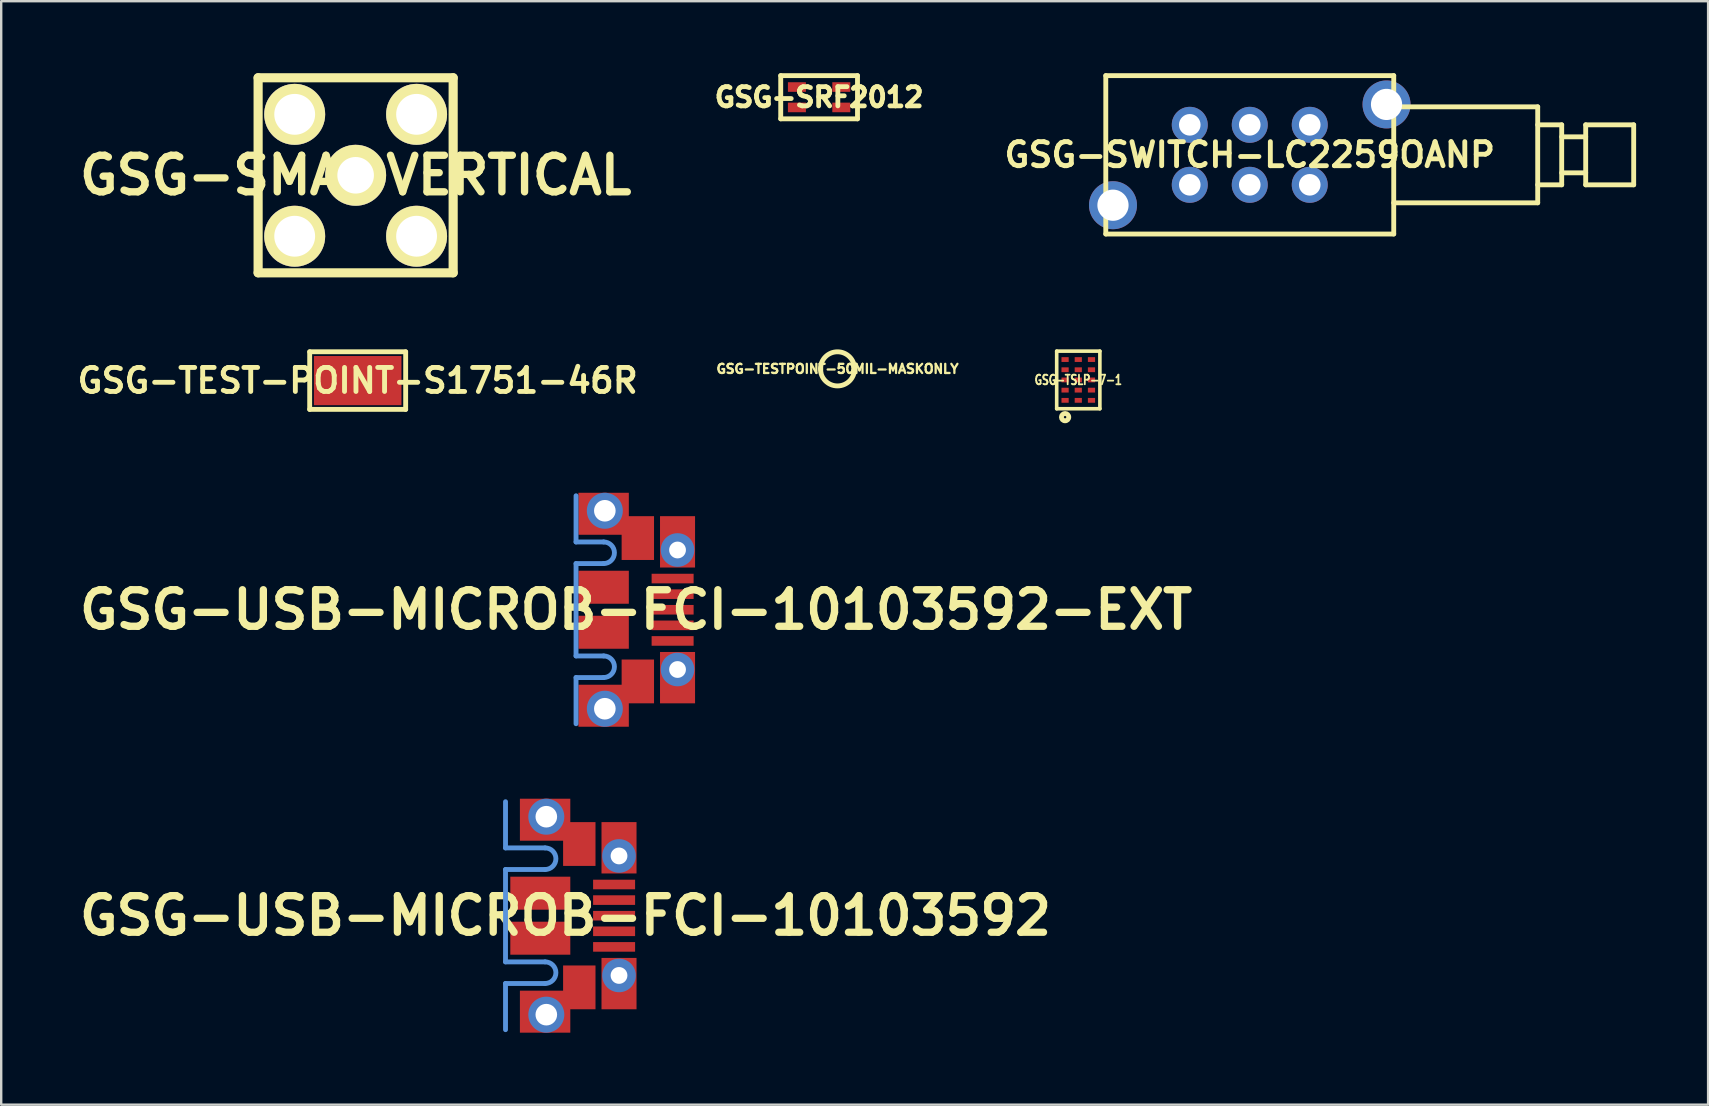
<source format=kicad_pcb>
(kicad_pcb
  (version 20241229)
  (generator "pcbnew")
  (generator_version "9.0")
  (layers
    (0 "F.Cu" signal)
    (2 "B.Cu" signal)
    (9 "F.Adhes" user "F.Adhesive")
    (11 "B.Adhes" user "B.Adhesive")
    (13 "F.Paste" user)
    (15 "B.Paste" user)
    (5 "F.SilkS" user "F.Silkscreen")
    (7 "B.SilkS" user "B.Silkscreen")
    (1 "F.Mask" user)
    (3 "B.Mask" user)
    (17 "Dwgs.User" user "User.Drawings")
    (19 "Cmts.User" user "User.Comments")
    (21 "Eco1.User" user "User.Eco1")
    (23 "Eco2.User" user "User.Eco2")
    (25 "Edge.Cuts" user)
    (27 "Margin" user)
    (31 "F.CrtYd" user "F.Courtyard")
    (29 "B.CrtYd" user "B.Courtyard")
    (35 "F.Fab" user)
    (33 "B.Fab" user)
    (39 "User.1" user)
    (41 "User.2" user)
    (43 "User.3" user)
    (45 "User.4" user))
  (footprint "GSG-SWITCH-LC2259OANP"
    (layer "F.Cu")
    (at 49.033 3.402)
    (property "Reference" "GSG-SWITCH-LC2259OANP" (at 0 0 0) (layer "F.SilkS") (effects (font (size 1.001 1.001) (thickness 0.203))))
    (attr through_hole)
    (fp_line (start -6 -3.3) (end -6 3.3) (stroke (width 0.203) (type solid)) (layer "F.SilkS"))
    (fp_line (start -6 3.3) (end 6 3.3) (stroke (width 0.203) (type solid)) (layer "F.SilkS"))
    (fp_line (start 6 -3.3) (end -6 -3.3) (stroke (width 0.203) (type solid)) (layer "F.SilkS"))
    (fp_line (start 6 -2) (end 12 -2) (stroke (width 0.203) (type solid)) (layer "F.SilkS"))
    (fp_line (start 6 3.3) (end 6 -3.3) (stroke (width 0.203) (type solid)) (layer "F.SilkS"))
    (fp_line (start 12 -2) (end 12 2) (stroke (width 0.203) (type solid)) (layer "F.SilkS"))
    (fp_line (start 12 -1.25) (end 13 -1.25) (stroke (width 0.203) (type solid)) (layer "F.SilkS"))
    (fp_line (start 12 2) (end 6 2) (stroke (width 0.203) (type solid)) (layer "F.SilkS"))
    (fp_line (start 13 -1.25) (end 13 1.25) (stroke (width 0.203) (type solid)) (layer "F.SilkS"))
    (fp_line (start 13 -0.75) (end 14 -0.75) (stroke (width 0.203) (type solid)) (layer "F.SilkS"))
    (fp_line (start 13 1.25) (end 12 1.25) (stroke (width 0.203) (type solid)) (layer "F.SilkS"))
    (fp_line (start 14 -1.25) (end 16 -1.25) (stroke (width 0.203) (type solid)) (layer "F.SilkS"))
    (fp_line (start 14 0.75) (end 13 0.75) (stroke (width 0.203) (type solid)) (layer "F.SilkS"))
    (fp_line (start 14 1.25) (end 14 -1.25) (stroke (width 0.203) (type solid)) (layer "F.SilkS"))
    (fp_line (start 16 -1.25) (end 16 1.25) (stroke (width 0.203) (type solid)) (layer "F.SilkS"))
    (fp_line (start 16 1.25) (end 14 1.25) (stroke (width 0.203) (type solid)) (layer "F.SilkS"))
    (pad "0" thru_hole circle (at -5.7 2.1) (size 2 2) (drill 1.3) (layers "*.Cu" "*.Mask"))
    (pad "0" thru_hole circle (at 5.7 -2.1) (size 2 2) (drill 1.3) (layers "*.Cu" "*.Mask"))
    (pad "1" thru_hole circle (at -2.5 -1.25) (size 1.5 1.5) (drill 0.9) (layers "*.Cu" "*.Mask"))
    (pad "2" thru_hole circle (at 0 -1.25) (size 1.5 1.5) (drill 0.9) (layers "*.Cu" "*.Mask"))
    (pad "3" thru_hole circle (at 2.5 -1.25) (size 1.5 1.5) (drill 0.9) (layers "*.Cu" "*.Mask"))
    (pad "4" thru_hole circle (at -2.5 1.25) (size 1.5 1.5) (drill 0.9) (layers "*.Cu" "*.Mask"))
    (pad "5" thru_hole circle (at 0 1.25) (size 1.5 1.5) (drill 0.9) (layers "*.Cu" "*.Mask"))
    (pad "6" thru_hole circle (at 2.5 1.25) (size 1.5 1.5) (drill 0.9) (layers "*.Cu" "*.Mask")))
  (footprint "GSG-SMA-VERTICAL"
    (layer "F.Cu")
    (at 11.771 4.255)
    (property "Reference" "GSG-SMA-VERTICAL" (at 0 0 0) (layer "F.SilkS") (effects (font (size 1.524 1.524) (thickness 0.305))))
    (attr through_hole)
    (fp_line (start -4.064 -4.064) (end -4.064 4.064) (stroke (width 0.381) (type solid)) (layer "F.SilkS"))
    (fp_line (start -4.064 4.064) (end 4.064 4.064) (stroke (width 0.381) (type solid)) (layer "F.SilkS"))
    (fp_line (start 4.064 -4.064) (end -4.064 -4.064) (stroke (width 0.381) (type solid)) (layer "F.SilkS"))
    (fp_line (start 4.064 4.064) (end 4.064 -4.064) (stroke (width 0.381) (type solid)) (layer "F.SilkS"))
    (pad "1" thru_hole circle (at 0 0) (size 2.54 2.54) (drill 1.524) (layers "*.Cu" "*.Mask" "F.SilkS"))
    (pad "2" thru_hole circle (at -2.54 -2.54) (size 2.54 2.54) (drill 1.702) (layers "*.Cu" "*.Mask" "F.SilkS"))
    (pad "3" thru_hole circle (at -2.54 2.54) (size 2.54 2.54) (drill 1.702) (layers "*.Cu" "*.Mask" "F.SilkS"))
    (pad "4" thru_hole circle (at 2.54 2.54) (size 2.54 2.54) (drill 1.702) (layers "*.Cu" "*.Mask" "F.SilkS"))
    (pad "5" thru_hole circle (at 2.54 -2.54) (size 2.54 2.54) (drill 1.702) (layers "*.Cu" "*.Mask" "F.SilkS")))
  (footprint "GSG-TEST-POINT-S1751-46R"
    (layer "F.Cu")
    (at 11.856 12.811)
    (property "Reference" "GSG-TEST-POINT-S1751-46R" (at 0 0 0) (layer "F.SilkS") (effects (font (size 1.001 1.001) (thickness 0.203))))
    (attr through_hole)
    (fp_line (start -2 -1.2) (end -2 1.2) (stroke (width 0.203) (type solid)) (layer "F.SilkS"))
    (fp_line (start -2 1.2) (end 2 1.2) (stroke (width 0.203) (type solid)) (layer "F.SilkS"))
    (fp_line (start 2 -1.2) (end -2 -1.2) (stroke (width 0.203) (type solid)) (layer "F.SilkS"))
    (fp_line (start 2 1.2) (end 2 -1.2) (stroke (width 0.203) (type solid)) (layer "F.SilkS"))
    (pad "1" smd rect (at 0 0) (size 3.65 2.05) (layers "F.Cu" "F.Mask" "F.Paste")))
  (footprint "GSG-TESTPOINT-50MIL-MASKONLY"
    (layer "F.Cu")
    (at 31.852 12.322)
    (property "Reference" "GSG-TESTPOINT-50MIL-MASKONLY" (at 0 0 0) (layer "F.SilkS") (effects (font (size 0.381 0.381) (thickness 0.095))))
    (attr through_hole)
    (fp_circle (center 0 0) (end 0.711 0) (stroke (width 0.203) (type solid)) (fill no) (layer "F.SilkS"))
    (pad "" smd circle (at 0 0) (size 1.27 1.27) (layers "F.Mask")))
  (footprint "GSG-USB-MICROB-FCI-10103592"
    (layer "F.Cu")
    (at 18.017 35.111)
    (property "Reference" "GSG-USB-MICROB-FCI-10103592" (at 2.499 0 0) (layer "F.SilkS") (effects (font (size 1.524 1.524) (thickness 0.305))))
    (attr through_hole)
    (fp_line (start 0 -2.825) (end 0 -4.75) (stroke (width 0.203) (type solid)) (layer "Cmts.User"))
    (fp_line (start 0 -2.825) (end 1.65 -2.825) (stroke (width 0.203) (type solid)) (layer "Cmts.User"))
    (fp_line (start 0 -1.925) (end 0 1.925) (stroke (width 0.203) (type solid)) (layer "Cmts.User"))
    (fp_line (start 0 -1.925) (end 1.65 -1.925) (stroke (width 0.203) (type solid)) (layer "Cmts.User"))
    (fp_line (start 0 1.925) (end 1.65 1.925) (stroke (width 0.203) (type solid)) (layer "Cmts.User"))
    (fp_line (start 0 2.825) (end 0 4.75) (stroke (width 0.203) (type solid)) (layer "Cmts.User"))
    (fp_line (start 0 2.825) (end 1.65 2.825) (stroke (width 0.203) (type solid)) (layer "Cmts.User"))
    (fp_arc (start 1.65 -2.825) (mid 2.1 -2.375) (end 1.65 -1.925) (stroke (width 0.2032) (type solid)) (layer "Cmts.User"))
    (fp_arc (start 1.65 1.925) (mid 2.1 2.375) (end 1.65 2.825) (stroke (width 0.2032) (type solid)) (layer "Cmts.User"))
    (pad "0" smd rect (at 1.45 -0.938) (size 2.5 1.375) (layers "F.Cu" "F.Mask" "F.Paste"))
    (pad "0" smd rect (at 1.45 0.938) (size 2.5 1.375) (layers "F.Cu" "F.Mask" "F.Paste"))
    (pad "0" smd rect (at 1.65 -4) (size 2.1 1.75) (layers "F.Cu" "F.Mask" "F.Paste"))
    (pad "0" smd rect (at 1.65 4) (size 2.1 1.75) (layers "F.Cu" "F.Mask" "F.Paste"))
    (pad "0" thru_hole circle (at 1.7 -4.125) (size 1.5 1.5) (drill 0.9) (layers "*.Cu" "*.Mask"))
    (pad "0" thru_hole circle (at 1.7 4.125) (size 1.5 1.5) (drill 0.9) (layers "*.Cu" "*.Mask"))
    (pad "0" smd rect (at 3.075 -2.987) (size 1.35 1.825) (layers "F.Cu" "F.Mask"))
    (pad "0" smd rect (at 3.075 2.987) (size 1.35 1.825) (layers "F.Cu" "F.Mask"))
    (pad "0" smd rect (at 4.73 -2.83) (size 1.46 2.14) (layers "F.Cu" "F.Mask" "F.Paste"))
    (pad "0" thru_hole circle (at 4.73 -2.49) (size 1.4 1.4) (drill 0.7) (layers "*.Cu" "*.Mask"))
    (pad "0" thru_hole circle (at 4.73 2.49) (size 1.4 1.4) (drill 0.7) (layers "*.Cu" "*.Mask"))
    (pad "0" smd rect (at 4.73 2.83) (size 1.46 2.14) (layers "F.Cu" "F.Mask" "F.Paste"))
    (pad "1" smd rect (at 4.525 1.3) (size 1.75 0.4) (layers "F.Cu" "F.Mask" "F.Paste"))
    (pad "2" smd rect (at 4.525 0.65) (size 1.75 0.4) (layers "F.Cu" "F.Mask" "F.Paste"))
    (pad "3" smd rect (at 4.525 0) (size 1.75 0.4) (layers "F.Cu" "F.Mask" "F.Paste"))
    (pad "4" smd rect (at 4.525 -0.65) (size 1.75 0.4) (layers "F.Cu" "F.Mask" "F.Paste"))
    (pad "5" smd rect (at 4.525 -1.3) (size 1.75 0.4) (layers "F.Cu" "F.Mask" "F.Paste")))
  (footprint "GSG-TSLP-7-1"
    (layer "F.Cu")
    (at 41.887 12.784)
    (property "Reference" "GSG-TSLP-7-1" (at 0 0 0) (layer "F.SilkS") (effects (font (size 0.399 0.3) (thickness 0.075))))
    (attr through_hole)
    (fp_line (start -0.9 -1.2) (end 0.9 -1.2) (stroke (width 0.15) (type solid)) (layer "F.SilkS"))
    (fp_line (start -0.9 1.2) (end -0.9 -1.2) (stroke (width 0.15) (type solid)) (layer "F.SilkS"))
    (fp_line (start 0.9 -1.2) (end 0.9 1.2) (stroke (width 0.15) (type solid)) (layer "F.SilkS"))
    (fp_line (start 0.9 1.2) (end -0.9 1.2) (stroke (width 0.15) (type solid)) (layer "F.SilkS"))
    (fp_circle (center -0.55 1.55) (end -0.499 1.55) (stroke (width 0.203) (type solid)) (fill no) (layer "F.SilkS"))
    (pad "1" smd rect (at -0.55 0.85) (size 0.3 0.2) (layers "F.Cu" "F.Mask" "F.Paste"))
    (pad "2" smd rect (at 0 0.85) (size 0.3 0.2) (layers "F.Cu" "F.Mask" "F.Paste"))
    (pad "3" smd rect (at 0.55 0.85) (size 0.3 0.2) (layers "F.Cu" "F.Mask" "F.Paste"))
    (pad "4" smd rect (at 0.55 -0.85) (size 0.3 0.2) (layers "F.Cu" "F.Mask" "F.Paste"))
    (pad "5" smd rect (at 0 -0.85) (size 0.3 0.2) (layers "F.Cu" "F.Mask" "F.Paste"))
    (pad "6" smd rect (at -0.55 -0.85) (size 0.3 0.2) (layers "F.Cu" "F.Mask" "F.Paste"))
    (pad "7" smd rect (at -0.55 -0.425) (size 0.3 0.2) (layers "F.Cu" "F.Mask" "F.Paste"))
    (pad "7" smd rect (at -0.55 0) (size 0.3 0.2) (layers "F.Cu" "F.Mask" "F.Paste"))
    (pad "7" smd rect (at -0.55 0.425) (size 0.3 0.2) (layers "F.Cu" "F.Mask" "F.Paste"))
    (pad "7" smd rect (at 0 -0.425) (size 0.3 0.2) (layers "F.Cu" "F.Mask" "F.Paste"))
    (pad "7" smd rect (at 0 0) (size 0.3 0.2) (layers "F.Cu" "F.Mask" "F.Paste"))
    (pad "7" smd rect (at 0 0.425) (size 0.3 0.2) (layers "F.Cu" "F.Mask" "F.Paste"))
    (pad "7" smd rect (at 0.55 -0.425) (size 0.3 0.2) (layers "F.Cu" "F.Mask" "F.Paste"))
    (pad "7" smd rect (at 0.55 0) (size 0.3 0.2) (layers "F.Cu" "F.Mask" "F.Paste"))
    (pad "7" smd rect (at 0.55 0.425) (size 0.3 0.2) (layers "F.Cu" "F.Mask" "F.Paste")))
  (footprint "GSG-SRF2012"
    (layer "F.Cu")
    (at 31.086 1.002)
    (property "Reference" "GSG-SRF2012" (at 0 0 0) (layer "F.SilkS") (effects (font (size 0.8 0.8) (thickness 0.2))))
    (attr through_hole)
    (fp_line (start -1.6 -0.9) (end 1.6 -0.9) (stroke (width 0.203) (type solid)) (layer "F.SilkS"))
    (fp_line (start -1.6 0.9) (end -1.6 -0.9) (stroke (width 0.203) (type solid)) (layer "F.SilkS"))
    (fp_line (start 1.6 -0.9) (end 1.6 0.9) (stroke (width 0.203) (type solid)) (layer "F.SilkS"))
    (fp_line (start 1.6 0.9) (end -1.6 0.9) (stroke (width 0.203) (type solid)) (layer "F.SilkS"))
    (pad "1" smd rect (at -0.925 -0.425) (size 0.75 0.4) (layers "F.Cu" "F.Mask" "F.Paste"))
    (pad "2" smd rect (at 0.925 -0.425) (size 0.75 0.4) (layers "F.Cu" "F.Mask" "F.Paste"))
    (pad "3" smd rect (at 0.925 0.425) (size 0.75 0.4) (layers "F.Cu" "F.Mask" "F.Paste"))
    (pad "4" smd rect (at -0.925 0.425) (size 0.75 0.4) (layers "F.Cu" "F.Mask" "F.Paste")))
  (footprint "GSG-USB-MICROB-FCI-10103592-EXT"
    (layer "F.Cu")
    (at 20.956 22.361)
    (property "Reference" "GSG-USB-MICROB-FCI-10103592-EXT" (at 2.499 0 0) (layer "F.SilkS") (effects (font (size 1.524 1.524) (thickness 0.305))))
    (attr through_hole)
    (fp_line (start 0 -2.825) (end 0 -4.75) (stroke (width 0.203) (type solid)) (layer "Cmts.User"))
    (fp_line (start 0 -2.825) (end 1.15 -2.825) (stroke (width 0.203) (type solid)) (layer "Cmts.User"))
    (fp_line (start 0 -1.925) (end 0 1.925) (stroke (width 0.203) (type solid)) (layer "Cmts.User"))
    (fp_line (start 0 -1.925) (end 1.15 -1.925) (stroke (width 0.203) (type solid)) (layer "Cmts.User"))
    (fp_line (start 0 1.925) (end 1.15 1.925) (stroke (width 0.203) (type solid)) (layer "Cmts.User"))
    (fp_line (start 0 2.825) (end 0 4.75) (stroke (width 0.203) (type solid)) (layer "Cmts.User"))
    (fp_line (start 0 2.825) (end 1.15 2.825) (stroke (width 0.203) (type solid)) (layer "Cmts.User"))
    (fp_arc (start 1.15 -2.825) (mid 1.6 -2.375) (end 1.15 -1.925) (stroke (width 0.2032) (type solid)) (layer "Cmts.User"))
    (fp_arc (start 1.15 1.925) (mid 1.6 2.375) (end 1.15 2.825) (stroke (width 0.2032) (type solid)) (layer "Cmts.User"))
    (pad "0" smd rect (at 1.15 -4) (size 2.1 1.75) (layers "F.Cu" "F.Mask" "F.Paste"))
    (pad "0" smd rect (at 1.15 -0.938) (size 2.1 1.375) (layers "F.Cu" "F.Mask" "F.Paste"))
    (pad "0" smd rect (at 1.15 0.938) (size 2.1 1.375) (layers "F.Cu" "F.Mask" "F.Paste"))
    (pad "0" smd rect (at 1.15 4) (size 2.1 1.75) (layers "F.Cu" "F.Mask" "F.Paste"))
    (pad "0" thru_hole circle (at 1.2 -4.125) (size 1.5 1.5) (drill 0.9) (layers "*.Cu" "*.Mask"))
    (pad "0" thru_hole circle (at 1.2 4.125) (size 1.5 1.5) (drill 0.9) (layers "*.Cu" "*.Mask"))
    (pad "0" smd rect (at 2.575 -2.987) (size 1.35 1.825) (layers "F.Cu" "F.Mask"))
    (pad "0" smd rect (at 2.575 2.987) (size 1.35 1.825) (layers "F.Cu" "F.Mask"))
    (pad "0" smd rect (at 4.23 -2.83) (size 1.46 2.14) (layers "F.Cu" "F.Mask" "F.Paste"))
    (pad "0" thru_hole circle (at 4.23 -2.49) (size 1.4 1.4) (drill 0.7) (layers "*.Cu" "*.Mask"))
    (pad "0" thru_hole circle (at 4.23 2.49) (size 1.4 1.4) (drill 0.7) (layers "*.Cu" "*.Mask"))
    (pad "0" smd rect (at 4.23 2.83) (size 1.46 2.14) (layers "F.Cu" "F.Mask" "F.Paste"))
    (pad "1" smd rect (at 4.025 1.3) (size 1.75 0.4) (layers "F.Cu" "F.Mask" "F.Paste"))
    (pad "2" smd rect (at 4.025 0.65) (size 1.75 0.4) (layers "F.Cu" "F.Mask" "F.Paste"))
    (pad "3" smd rect (at 4.025 0) (size 1.75 0.4) (layers "F.Cu" "F.Mask" "F.Paste"))
    (pad "4" smd rect (at 4.025 -0.65) (size 1.75 0.4) (layers "F.Cu" "F.Mask" "F.Paste"))
    (pad "5" smd rect (at 4.025 -1.3) (size 1.75 0.4) (layers "F.Cu" "F.Mask" "F.Paste")))
  (gr_rect
    (start -3 -3)
    (end 68.134 42.986)
    (stroke (width 0.1) (type default))
    (fill no)
    (layer "Edge.Cuts")))
</source>
